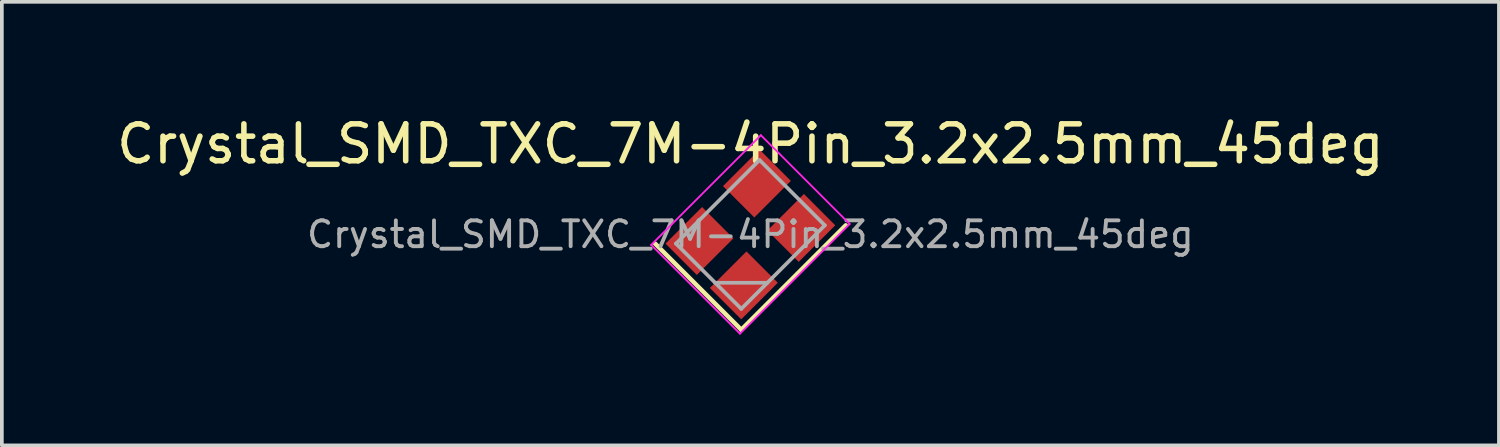
<source format=kicad_pcb>
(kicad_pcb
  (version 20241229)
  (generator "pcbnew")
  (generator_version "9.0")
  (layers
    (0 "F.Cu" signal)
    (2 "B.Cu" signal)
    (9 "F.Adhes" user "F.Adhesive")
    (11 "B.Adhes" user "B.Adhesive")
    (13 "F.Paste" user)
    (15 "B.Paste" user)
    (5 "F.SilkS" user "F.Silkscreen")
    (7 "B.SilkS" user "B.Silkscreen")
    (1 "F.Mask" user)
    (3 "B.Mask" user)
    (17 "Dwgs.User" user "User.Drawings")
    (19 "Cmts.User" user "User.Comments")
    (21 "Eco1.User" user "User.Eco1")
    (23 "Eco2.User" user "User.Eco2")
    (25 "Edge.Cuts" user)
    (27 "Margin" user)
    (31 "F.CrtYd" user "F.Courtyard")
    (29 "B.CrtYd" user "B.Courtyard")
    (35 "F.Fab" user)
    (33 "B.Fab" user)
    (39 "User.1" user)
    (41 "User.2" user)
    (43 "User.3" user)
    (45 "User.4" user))
  (footprint "Crystal_SMD_TXC_7M-4Pin_3.2x2.5mm_45deg"
    (layer "F.Cu")
    (at 17.268 3.298)
    (property "Reference" "Crystal_SMD_TXC_7M-4Pin_3.2x2.5mm_45deg" (at 0 -2.45 0) (layer "F.SilkS") (effects (font (size 1 1) (thickness 0.15))))
    (attr smd)
    (fp_line (start -2.581 0.247) (end -0.247 2.581) (stroke (width 0.12) (type solid)) (layer "F.SilkS"))
    (fp_line (start -0.247 2.581) (end 2.581 -0.247) (stroke (width 0.12) (type solid)) (layer "F.SilkS"))
    (fp_line (start -2.687 0.283) (end -0.283 2.687) (stroke (width 0.05) (type solid)) (layer "F.CrtYd"))
    (fp_line (start -0.283 2.687) (end 2.687 -0.283) (stroke (width 0.05) (type solid)) (layer "F.CrtYd"))
    (fp_line (start 0.283 -2.687) (end -2.687 0.283) (stroke (width 0.05) (type solid)) (layer "F.CrtYd"))
    (fp_line (start 2.687 -0.283) (end 0.283 -2.687) (stroke (width 0.05) (type solid)) (layer "F.CrtYd"))
    (fp_line (start -2.015 0.247) (end -0.247 2.015) (stroke (width 0.1) (type solid)) (layer "F.Fab"))
    (fp_line (start -0.955 1.308) (end 0.46 1.308) (stroke (width 0.1) (type solid)) (layer "F.Fab"))
    (fp_line (start -0.247 2.015) (end 2.015 -0.247) (stroke (width 0.1) (type solid)) (layer "F.Fab"))
    (fp_line (start 0.247 -2.015) (end -2.015 0.247) (stroke (width 0.1) (type solid)) (layer "F.Fab"))
    (fp_line (start 2.015 -0.247) (end 0.247 -2.015) (stroke (width 0.1) (type solid)) (layer "F.Fab"))
    (fp_text user "${REFERENCE}" (at 0 0 0) (layer "F.Fab") (effects (font (size 0.7 0.7) (thickness 0.105))))
    (pad "1" smd rect (at -0.177 1.379 45) (size 1.4 1.2) (layers "F.Cu" "F.Mask" "F.Paste"))
    (pad "2" smd rect (at 1.379 -0.177 45) (size 1.4 1.2) (layers "F.Cu" "F.Mask" "F.Paste"))
    (pad "3" smd rect (at 0.177 -1.379 45) (size 1.4 1.2) (layers "F.Cu" "F.Mask" "F.Paste"))
    (pad "4" smd rect (at -1.379 0.177 45) (size 1.4 1.2) (layers "F.Cu" "F.Mask" "F.Paste")))
  (gr_rect
    (start -3 -3)
    (end 37.536 9.01)
    (stroke (width 0.1) (type default))
    (fill no)
    (layer "Edge.Cuts")))
</source>
